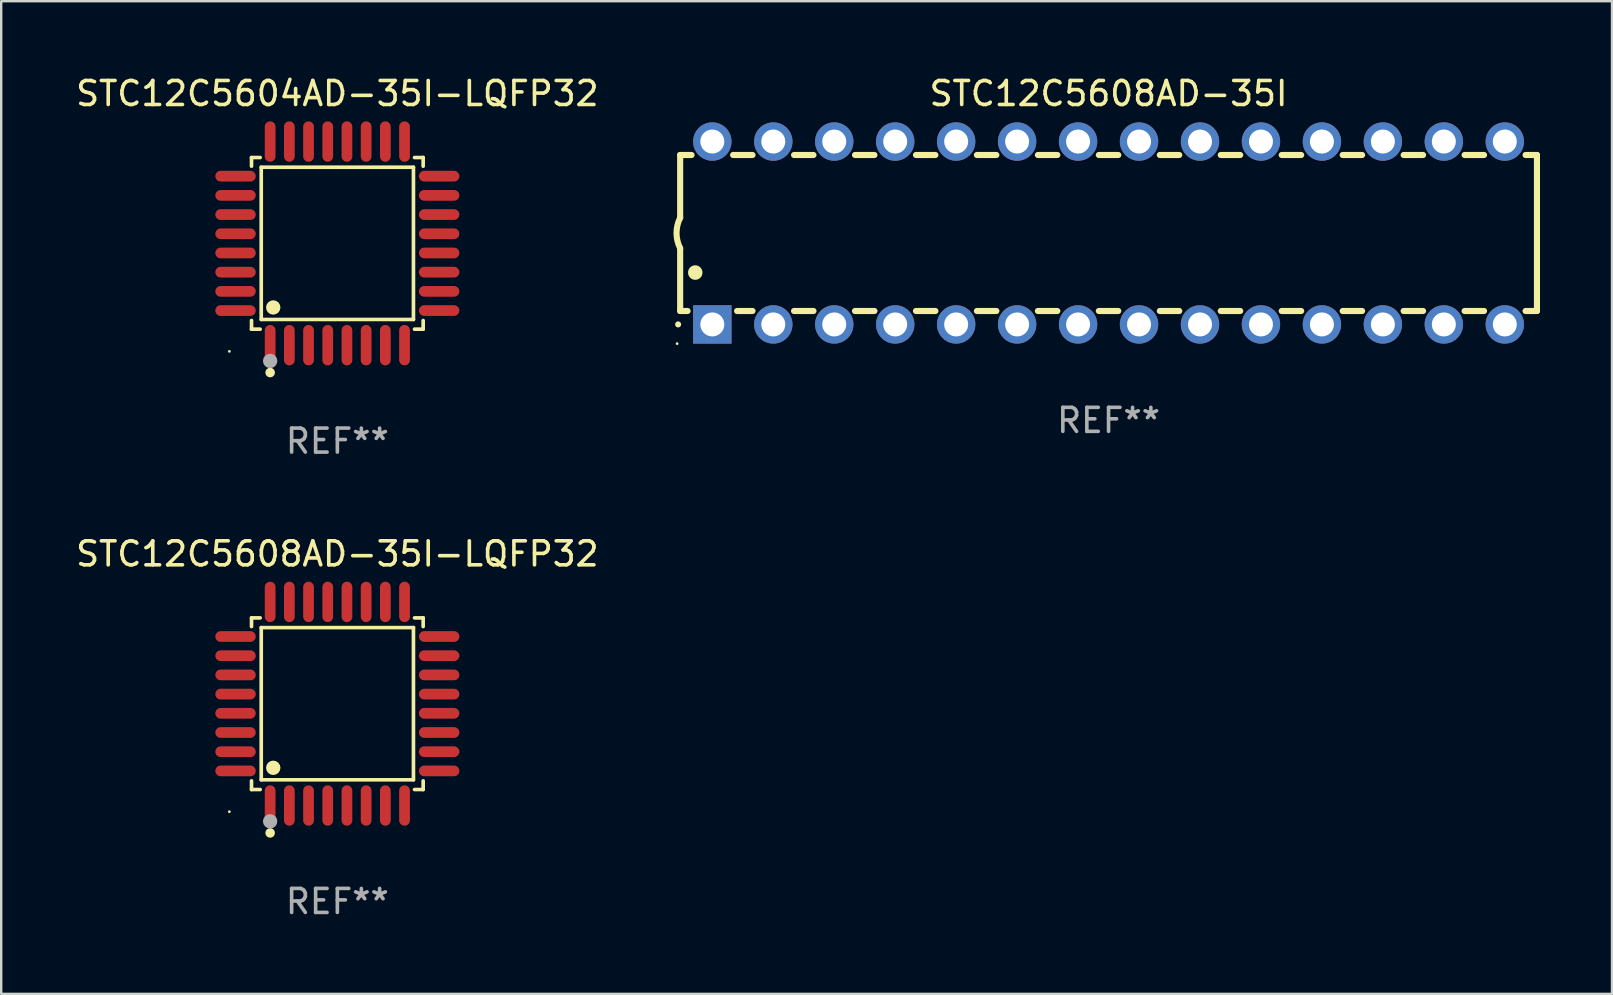
<source format=kicad_pcb>
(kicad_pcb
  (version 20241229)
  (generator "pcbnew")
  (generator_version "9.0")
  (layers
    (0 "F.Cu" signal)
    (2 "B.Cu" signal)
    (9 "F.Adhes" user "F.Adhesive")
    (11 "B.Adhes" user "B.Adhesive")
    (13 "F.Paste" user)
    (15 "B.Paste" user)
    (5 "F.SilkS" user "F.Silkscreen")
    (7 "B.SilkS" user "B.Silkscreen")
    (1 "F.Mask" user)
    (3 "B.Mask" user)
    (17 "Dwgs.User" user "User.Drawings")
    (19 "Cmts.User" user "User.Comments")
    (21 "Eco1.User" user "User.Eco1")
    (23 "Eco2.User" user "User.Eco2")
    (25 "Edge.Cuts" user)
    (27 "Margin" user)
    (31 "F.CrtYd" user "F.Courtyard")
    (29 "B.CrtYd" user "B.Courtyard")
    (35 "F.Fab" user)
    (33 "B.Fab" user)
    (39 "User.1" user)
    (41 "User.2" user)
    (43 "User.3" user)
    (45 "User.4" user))
  (footprint "STC12C5608AD-35I-LQFP32"
    (layer "F.Cu")
    (at 11.006 26.271)
    (property "Reference" "STC12C5608AD-35I-LQFP32" (at 0 -6.242 0) (layer "F.SilkS") (effects (font (size 1 1) (thickness 0.15))))
    (attr through_hole)
    (fp_line (start -3.576 -3.576) (end -3.215 -3.576) (stroke (width 0.152) (type solid)) (layer "F.SilkS"))
    (fp_line (start -3.576 -3.215) (end -3.576 -3.576) (stroke (width 0.152) (type solid)) (layer "F.SilkS"))
    (fp_line (start -3.576 3.215) (end -3.576 3.576) (stroke (width 0.152) (type solid)) (layer "F.SilkS"))
    (fp_line (start -3.576 3.576) (end -3.215 3.576) (stroke (width 0.152) (type solid)) (layer "F.SilkS"))
    (fp_line (start -3.171 -3.171) (end 3.171 -3.171) (stroke (width 0.152) (type solid)) (layer "F.SilkS"))
    (fp_line (start -3.171 3.171) (end -3.171 -3.171) (stroke (width 0.152) (type solid)) (layer "F.SilkS"))
    (fp_line (start 3.171 -3.171) (end 3.171 3.171) (stroke (width 0.152) (type solid)) (layer "F.SilkS"))
    (fp_line (start 3.171 3.171) (end -3.171 3.171) (stroke (width 0.152) (type solid)) (layer "F.SilkS"))
    (fp_line (start 3.576 -3.576) (end 3.215 -3.576) (stroke (width 0.152) (type solid)) (layer "F.SilkS"))
    (fp_line (start 3.576 -3.215) (end 3.576 -3.576) (stroke (width 0.152) (type solid)) (layer "F.SilkS"))
    (fp_line (start 3.576 3.215) (end 3.576 3.576) (stroke (width 0.152) (type solid)) (layer "F.SilkS"))
    (fp_line (start 3.576 3.576) (end 3.215 3.576) (stroke (width 0.152) (type solid)) (layer "F.SilkS"))
    (fp_circle (center -4.5 4.5) (end -4.47 4.5) (stroke (width 0.06) (type solid)) (fill no) (layer "F.SilkS"))
    (fp_circle (center -2.8 5.384) (end -2.7 5.384) (stroke (width 0.2) (type solid)) (fill no) (layer "F.SilkS"))
    (fp_circle (center -2.671 2.671) (end -2.521 2.671) (stroke (width 0.3) (type solid)) (fill no) (layer "F.SilkS"))
    (fp_circle (center -2.8 4.9) (end -2.65 4.9) (stroke (width 0.3) (type solid)) (fill no) (layer "F.Fab"))
    (fp_text user "REF**" (at 0 8.242 0) (layer "F.Fab") (effects (font (size 1 1) (thickness 0.15))))
    (pad "1" smd oval (at -2.8 4.242) (size 0.448 1.684) (layers "F.Cu" "F.Mask" "F.Paste"))
    (pad "2" smd oval (at -2 4.242) (size 0.448 1.684) (layers "F.Cu" "F.Mask" "F.Paste"))
    (pad "3" smd oval (at -1.2 4.242) (size 0.448 1.684) (layers "F.Cu" "F.Mask" "F.Paste"))
    (pad "4" smd oval (at -0.4 4.242) (size 0.448 1.684) (layers "F.Cu" "F.Mask" "F.Paste"))
    (pad "5" smd oval (at 0.4 4.242) (size 0.448 1.684) (layers "F.Cu" "F.Mask" "F.Paste"))
    (pad "6" smd oval (at 1.2 4.242) (size 0.448 1.684) (layers "F.Cu" "F.Mask" "F.Paste"))
    (pad "7" smd oval (at 2 4.242) (size 0.448 1.684) (layers "F.Cu" "F.Mask" "F.Paste"))
    (pad "8" smd oval (at 2.8 4.242) (size 0.448 1.684) (layers "F.Cu" "F.Mask" "F.Paste"))
    (pad "9" smd oval (at 4.242 2.8) (size 1.684 0.448) (layers "F.Cu" "F.Mask" "F.Paste"))
    (pad "10" smd oval (at 4.242 2) (size 1.684 0.448) (layers "F.Cu" "F.Mask" "F.Paste"))
    (pad "11" smd oval (at 4.242 1.2) (size 1.684 0.448) (layers "F.Cu" "F.Mask" "F.Paste"))
    (pad "12" smd oval (at 4.242 0.4) (size 1.684 0.448) (layers "F.Cu" "F.Mask" "F.Paste"))
    (pad "13" smd oval (at 4.242 -0.4) (size 1.684 0.448) (layers "F.Cu" "F.Mask" "F.Paste"))
    (pad "14" smd oval (at 4.242 -1.2) (size 1.684 0.448) (layers "F.Cu" "F.Mask" "F.Paste"))
    (pad "15" smd oval (at 4.242 -2) (size 1.684 0.448) (layers "F.Cu" "F.Mask" "F.Paste"))
    (pad "16" smd oval (at 4.242 -2.8) (size 1.684 0.448) (layers "F.Cu" "F.Mask" "F.Paste"))
    (pad "17" smd oval (at 2.8 -4.242) (size 0.448 1.684) (layers "F.Cu" "F.Mask" "F.Paste"))
    (pad "18" smd oval (at 2 -4.242) (size 0.448 1.684) (layers "F.Cu" "F.Mask" "F.Paste"))
    (pad "19" smd oval (at 1.2 -4.242) (size 0.448 1.684) (layers "F.Cu" "F.Mask" "F.Paste"))
    (pad "20" smd oval (at 0.4 -4.242) (size 0.448 1.684) (layers "F.Cu" "F.Mask" "F.Paste"))
    (pad "21" smd oval (at -0.4 -4.242) (size 0.448 1.684) (layers "F.Cu" "F.Mask" "F.Paste"))
    (pad "22" smd oval (at -1.2 -4.242) (size 0.448 1.684) (layers "F.Cu" "F.Mask" "F.Paste"))
    (pad "23" smd oval (at -2 -4.242) (size 0.448 1.684) (layers "F.Cu" "F.Mask" "F.Paste"))
    (pad "24" smd oval (at -2.8 -4.242) (size 0.448 1.684) (layers "F.Cu" "F.Mask" "F.Paste"))
    (pad "25" smd oval (at -4.242 -2.8) (size 1.684 0.448) (layers "F.Cu" "F.Mask" "F.Paste"))
    (pad "26" smd oval (at -4.242 -2) (size 1.684 0.448) (layers "F.Cu" "F.Mask" "F.Paste"))
    (pad "27" smd oval (at -4.242 -1.2) (size 1.684 0.448) (layers "F.Cu" "F.Mask" "F.Paste"))
    (pad "28" smd oval (at -4.242 -0.4) (size 1.684 0.448) (layers "F.Cu" "F.Mask" "F.Paste"))
    (pad "29" smd oval (at -4.242 0.4) (size 1.684 0.448) (layers "F.Cu" "F.Mask" "F.Paste"))
    (pad "30" smd oval (at -4.242 1.2) (size 1.684 0.448) (layers "F.Cu" "F.Mask" "F.Paste"))
    (pad "31" smd oval (at -4.242 2) (size 1.684 0.448) (layers "F.Cu" "F.Mask" "F.Paste"))
    (pad "32" smd oval (at -4.242 2.8) (size 1.684 0.448) (layers "F.Cu" "F.Mask" "F.Paste")))
  (footprint "STC12C5604AD-35I-LQFP32"
    (layer "F.Cu")
    (at 11.006 7.09)
    (property "Reference" "STC12C5604AD-35I-LQFP32" (at 0 -6.242 0) (layer "F.SilkS") (effects (font (size 1 1) (thickness 0.15))))
    (attr through_hole)
    (fp_line (start -3.576 -3.576) (end -3.215 -3.576) (stroke (width 0.152) (type solid)) (layer "F.SilkS"))
    (fp_line (start -3.576 -3.215) (end -3.576 -3.576) (stroke (width 0.152) (type solid)) (layer "F.SilkS"))
    (fp_line (start -3.576 3.215) (end -3.576 3.576) (stroke (width 0.152) (type solid)) (layer "F.SilkS"))
    (fp_line (start -3.576 3.576) (end -3.215 3.576) (stroke (width 0.152) (type solid)) (layer "F.SilkS"))
    (fp_line (start -3.171 -3.171) (end 3.171 -3.171) (stroke (width 0.152) (type solid)) (layer "F.SilkS"))
    (fp_line (start -3.171 3.171) (end -3.171 -3.171) (stroke (width 0.152) (type solid)) (layer "F.SilkS"))
    (fp_line (start 3.171 -3.171) (end 3.171 3.171) (stroke (width 0.152) (type solid)) (layer "F.SilkS"))
    (fp_line (start 3.171 3.171) (end -3.171 3.171) (stroke (width 0.152) (type solid)) (layer "F.SilkS"))
    (fp_line (start 3.576 -3.576) (end 3.215 -3.576) (stroke (width 0.152) (type solid)) (layer "F.SilkS"))
    (fp_line (start 3.576 -3.215) (end 3.576 -3.576) (stroke (width 0.152) (type solid)) (layer "F.SilkS"))
    (fp_line (start 3.576 3.215) (end 3.576 3.576) (stroke (width 0.152) (type solid)) (layer "F.SilkS"))
    (fp_line (start 3.576 3.576) (end 3.215 3.576) (stroke (width 0.152) (type solid)) (layer "F.SilkS"))
    (fp_circle (center -4.5 4.5) (end -4.47 4.5) (stroke (width 0.06) (type solid)) (fill no) (layer "F.SilkS"))
    (fp_circle (center -2.8 5.384) (end -2.7 5.384) (stroke (width 0.2) (type solid)) (fill no) (layer "F.SilkS"))
    (fp_circle (center -2.671 2.671) (end -2.521 2.671) (stroke (width 0.3) (type solid)) (fill no) (layer "F.SilkS"))
    (fp_circle (center -2.8 4.9) (end -2.65 4.9) (stroke (width 0.3) (type solid)) (fill no) (layer "F.Fab"))
    (fp_text user "REF**" (at 0 8.242 0) (layer "F.Fab") (effects (font (size 1 1) (thickness 0.15))))
    (pad "1" smd oval (at -2.8 4.242) (size 0.448 1.684) (layers "F.Cu" "F.Mask" "F.Paste"))
    (pad "2" smd oval (at -2 4.242) (size 0.448 1.684) (layers "F.Cu" "F.Mask" "F.Paste"))
    (pad "3" smd oval (at -1.2 4.242) (size 0.448 1.684) (layers "F.Cu" "F.Mask" "F.Paste"))
    (pad "4" smd oval (at -0.4 4.242) (size 0.448 1.684) (layers "F.Cu" "F.Mask" "F.Paste"))
    (pad "5" smd oval (at 0.4 4.242) (size 0.448 1.684) (layers "F.Cu" "F.Mask" "F.Paste"))
    (pad "6" smd oval (at 1.2 4.242) (size 0.448 1.684) (layers "F.Cu" "F.Mask" "F.Paste"))
    (pad "7" smd oval (at 2 4.242) (size 0.448 1.684) (layers "F.Cu" "F.Mask" "F.Paste"))
    (pad "8" smd oval (at 2.8 4.242) (size 0.448 1.684) (layers "F.Cu" "F.Mask" "F.Paste"))
    (pad "9" smd oval (at 4.242 2.8) (size 1.684 0.448) (layers "F.Cu" "F.Mask" "F.Paste"))
    (pad "10" smd oval (at 4.242 2) (size 1.684 0.448) (layers "F.Cu" "F.Mask" "F.Paste"))
    (pad "11" smd oval (at 4.242 1.2) (size 1.684 0.448) (layers "F.Cu" "F.Mask" "F.Paste"))
    (pad "12" smd oval (at 4.242 0.4) (size 1.684 0.448) (layers "F.Cu" "F.Mask" "F.Paste"))
    (pad "13" smd oval (at 4.242 -0.4) (size 1.684 0.448) (layers "F.Cu" "F.Mask" "F.Paste"))
    (pad "14" smd oval (at 4.242 -1.2) (size 1.684 0.448) (layers "F.Cu" "F.Mask" "F.Paste"))
    (pad "15" smd oval (at 4.242 -2) (size 1.684 0.448) (layers "F.Cu" "F.Mask" "F.Paste"))
    (pad "16" smd oval (at 4.242 -2.8) (size 1.684 0.448) (layers "F.Cu" "F.Mask" "F.Paste"))
    (pad "17" smd oval (at 2.8 -4.242) (size 0.448 1.684) (layers "F.Cu" "F.Mask" "F.Paste"))
    (pad "18" smd oval (at 2 -4.242) (size 0.448 1.684) (layers "F.Cu" "F.Mask" "F.Paste"))
    (pad "19" smd oval (at 1.2 -4.242) (size 0.448 1.684) (layers "F.Cu" "F.Mask" "F.Paste"))
    (pad "20" smd oval (at 0.4 -4.242) (size 0.448 1.684) (layers "F.Cu" "F.Mask" "F.Paste"))
    (pad "21" smd oval (at -0.4 -4.242) (size 0.448 1.684) (layers "F.Cu" "F.Mask" "F.Paste"))
    (pad "22" smd oval (at -1.2 -4.242) (size 0.448 1.684) (layers "F.Cu" "F.Mask" "F.Paste"))
    (pad "23" smd oval (at -2 -4.242) (size 0.448 1.684) (layers "F.Cu" "F.Mask" "F.Paste"))
    (pad "24" smd oval (at -2.8 -4.242) (size 0.448 1.684) (layers "F.Cu" "F.Mask" "F.Paste"))
    (pad "25" smd oval (at -4.242 -2.8) (size 1.684 0.448) (layers "F.Cu" "F.Mask" "F.Paste"))
    (pad "26" smd oval (at -4.242 -2) (size 1.684 0.448) (layers "F.Cu" "F.Mask" "F.Paste"))
    (pad "27" smd oval (at -4.242 -1.2) (size 1.684 0.448) (layers "F.Cu" "F.Mask" "F.Paste"))
    (pad "28" smd oval (at -4.242 -0.4) (size 1.684 0.448) (layers "F.Cu" "F.Mask" "F.Paste"))
    (pad "29" smd oval (at -4.242 0.4) (size 1.684 0.448) (layers "F.Cu" "F.Mask" "F.Paste"))
    (pad "30" smd oval (at -4.242 1.2) (size 1.684 0.448) (layers "F.Cu" "F.Mask" "F.Paste"))
    (pad "31" smd oval (at -4.242 2) (size 1.684 0.448) (layers "F.Cu" "F.Mask" "F.Paste"))
    (pad "32" smd oval (at -4.242 2.8) (size 1.684 0.448) (layers "F.Cu" "F.Mask" "F.Paste")))
  (footprint "STC12C5608AD-35I"
    (layer "F.Cu")
    (at 43.14 6.658)
    (property "Reference" "STC12C5608AD-35I" (at 0 -5.81 0) (layer "F.SilkS") (effects (font (size 1 1) (thickness 0.15))))
    (attr through_hole)
    (fp_line (start -17.85 -3.25) (end -17.85 -0.635) (stroke (width 0.254) (type solid)) (layer "F.SilkS"))
    (fp_line (start -17.85 3.25) (end -17.85 0.635) (stroke (width 0.254) (type solid)) (layer "F.SilkS"))
    (fp_line (start -17.85 3.25) (end -17.541 3.25) (stroke (width 0.254) (type solid)) (layer "F.SilkS"))
    (fp_line (start -17.375 -3.25) (end -17.85 -3.25) (stroke (width 0.254) (type solid)) (layer "F.SilkS"))
    (fp_line (start -15.479 3.25) (end -14.835 3.25) (stroke (width 0.254) (type solid)) (layer "F.SilkS"))
    (fp_line (start -14.835 -3.25) (end -15.645 -3.25) (stroke (width 0.254) (type solid)) (layer "F.SilkS"))
    (fp_line (start -13.105 3.25) (end -12.295 3.25) (stroke (width 0.254) (type solid)) (layer "F.SilkS"))
    (fp_line (start -12.295 -3.25) (end -13.105 -3.25) (stroke (width 0.254) (type solid)) (layer "F.SilkS"))
    (fp_line (start -10.565 3.25) (end -9.755 3.25) (stroke (width 0.254) (type solid)) (layer "F.SilkS"))
    (fp_line (start -9.755 -3.25) (end -10.565 -3.25) (stroke (width 0.254) (type solid)) (layer "F.SilkS"))
    (fp_line (start -8.025 3.25) (end -7.215 3.25) (stroke (width 0.254) (type solid)) (layer "F.SilkS"))
    (fp_line (start -7.215 -3.25) (end -8.025 -3.25) (stroke (width 0.254) (type solid)) (layer "F.SilkS"))
    (fp_line (start -5.485 3.25) (end -4.675 3.25) (stroke (width 0.254) (type solid)) (layer "F.SilkS"))
    (fp_line (start -4.675 -3.25) (end -5.485 -3.25) (stroke (width 0.254) (type solid)) (layer "F.SilkS"))
    (fp_line (start -2.945 3.25) (end -2.135 3.25) (stroke (width 0.254) (type solid)) (layer "F.SilkS"))
    (fp_line (start -2.135 -3.25) (end -2.945 -3.25) (stroke (width 0.254) (type solid)) (layer "F.SilkS"))
    (fp_line (start -0.405 3.25) (end 0.405 3.25) (stroke (width 0.254) (type solid)) (layer "F.SilkS"))
    (fp_line (start 0.405 -3.25) (end -0.405 -3.25) (stroke (width 0.254) (type solid)) (layer "F.SilkS"))
    (fp_line (start 2.135 3.25) (end 2.945 3.25) (stroke (width 0.254) (type solid)) (layer "F.SilkS"))
    (fp_line (start 2.945 -3.25) (end 2.135 -3.25) (stroke (width 0.254) (type solid)) (layer "F.SilkS"))
    (fp_line (start 4.675 3.25) (end 5.15 3.25) (stroke (width 0.254) (type solid)) (layer "F.SilkS"))
    (fp_line (start 5.15 -3.25) (end 4.675 -3.25) (stroke (width 0.254) (type solid)) (layer "F.SilkS"))
    (fp_line (start 5.15 -3.25) (end 5.485 -3.25) (stroke (width 0.254) (type solid)) (layer "F.SilkS"))
    (fp_line (start 5.15 3.25) (end 5.485 3.25) (stroke (width 0.254) (type solid)) (layer "F.SilkS"))
    (fp_line (start 7.215 -3.25) (end 8.025 -3.25) (stroke (width 0.254) (type solid)) (layer "F.SilkS"))
    (fp_line (start 7.215 3.25) (end 8.025 3.25) (stroke (width 0.254) (type solid)) (layer "F.SilkS"))
    (fp_line (start 9.755 -3.25) (end 10.565 -3.25) (stroke (width 0.254) (type solid)) (layer "F.SilkS"))
    (fp_line (start 9.755 3.25) (end 10.565 3.25) (stroke (width 0.254) (type solid)) (layer "F.SilkS"))
    (fp_line (start 12.295 -3.25) (end 13.105 -3.25) (stroke (width 0.254) (type solid)) (layer "F.SilkS"))
    (fp_line (start 12.295 3.25) (end 13.105 3.25) (stroke (width 0.254) (type solid)) (layer "F.SilkS"))
    (fp_line (start 14.835 -3.25) (end 15.645 -3.25) (stroke (width 0.254) (type solid)) (layer "F.SilkS"))
    (fp_line (start 14.835 3.25) (end 15.645 3.25) (stroke (width 0.254) (type solid)) (layer "F.SilkS"))
    (fp_line (start 17.375 -3.25) (end 17.85 -3.25) (stroke (width 0.254) (type solid)) (layer "F.SilkS"))
    (fp_line (start 17.375 3.25) (end 17.85 3.25) (stroke (width 0.254) (type solid)) (layer "F.SilkS"))
    (fp_line (start 17.85 -3.25) (end 17.85 3.25) (stroke (width 0.254) (type solid)) (layer "F.SilkS"))
    (fp_arc (start -17.934976 3.810008) (mid -17.934983 3.808738) (end -17.934976 3.807468) (stroke (width 0.25) (type solid)) (layer "F.SilkS"))
    (fp_arc (start -17.851155 0.635002) (mid -18.000677 -0.000132) (end -17.850038 -0.635001) (stroke (width 0.254001) (type solid)) (layer "F.SilkS"))
    (fp_arc (start -17.221234 1.651003) (mid -17.221245 1.648463) (end -17.221234 1.645923) (stroke (width 0.6) (type solid)) (layer "F.SilkS"))
    (fp_circle (center -17.977 4.61) (end -17.947 4.61) (stroke (width 0.06) (type solid)) (fill no) (layer "F.SilkS"))
    (fp_text user "REF**" (at 0 7.81 0) (layer "F.Fab") (effects (font (size 1 1) (thickness 0.15))))
    (pad "1" thru_hole rect (at -16.51 3.81 90) (size 1.6 1.6) (drill 1) (layers "*.Cu" "*.Mask"))
    (pad "2" thru_hole circle (at -13.97 3.81 90) (size 1.6 1.6) (drill 1) (layers "*.Cu" "*.Mask"))
    (pad "3" thru_hole circle (at -11.43 3.81 90) (size 1.6 1.6) (drill 1) (layers "*.Cu" "*.Mask"))
    (pad "4" thru_hole circle (at -8.89 3.81 90) (size 1.6 1.6) (drill 1) (layers "*.Cu" "*.Mask"))
    (pad "5" thru_hole circle (at -6.35 3.81 90) (size 1.6 1.6) (drill 1) (layers "*.Cu" "*.Mask"))
    (pad "6" thru_hole circle (at -3.81 3.81 90) (size 1.6 1.6) (drill 1) (layers "*.Cu" "*.Mask"))
    (pad "7" thru_hole circle (at -1.27 3.81 90) (size 1.6 1.6) (drill 1) (layers "*.Cu" "*.Mask"))
    (pad "8" thru_hole circle (at 1.27 3.81 90) (size 1.6 1.6) (drill 1) (layers "*.Cu" "*.Mask"))
    (pad "9" thru_hole circle (at 3.81 3.81 90) (size 1.6 1.6) (drill 1) (layers "*.Cu" "*.Mask"))
    (pad "10" thru_hole circle (at 6.35 3.81 90) (size 1.6 1.6) (drill 1) (layers "*.Cu" "*.Mask"))
    (pad "11" thru_hole circle (at 8.89 3.81 90) (size 1.6 1.6) (drill 1) (layers "*.Cu" "*.Mask"))
    (pad "12" thru_hole circle (at 11.43 3.81 90) (size 1.6 1.6) (drill 1) (layers "*.Cu" "*.Mask"))
    (pad "13" thru_hole circle (at 13.97 3.81 90) (size 1.6 1.6) (drill 1) (layers "*.Cu" "*.Mask"))
    (pad "14" thru_hole circle (at 16.51 3.81 90) (size 1.6 1.6) (drill 1) (layers "*.Cu" "*.Mask"))
    (pad "15" thru_hole circle (at 16.51 -3.81 90) (size 1.6 1.6) (drill 1) (layers "*.Cu" "*.Mask"))
    (pad "16" thru_hole circle (at 13.97 -3.81 90) (size 1.6 1.6) (drill 1) (layers "*.Cu" "*.Mask"))
    (pad "17" thru_hole circle (at 11.43 -3.81 90) (size 1.6 1.6) (drill 1) (layers "*.Cu" "*.Mask"))
    (pad "18" thru_hole circle (at 8.89 -3.81 90) (size 1.6 1.6) (drill 1) (layers "*.Cu" "*.Mask"))
    (pad "19" thru_hole circle (at 6.35 -3.81 90) (size 1.6 1.6) (drill 1) (layers "*.Cu" "*.Mask"))
    (pad "20" thru_hole circle (at 3.81 -3.81 90) (size 1.6 1.6) (drill 1) (layers "*.Cu" "*.Mask"))
    (pad "21" thru_hole circle (at 1.27 -3.81 90) (size 1.6 1.6) (drill 1) (layers "*.Cu" "*.Mask"))
    (pad "22" thru_hole circle (at -1.27 -3.81 90) (size 1.6 1.6) (drill 1) (layers "*.Cu" "*.Mask"))
    (pad "23" thru_hole circle (at -3.81 -3.81 90) (size 1.6 1.6) (drill 1) (layers "*.Cu" "*.Mask"))
    (pad "24" thru_hole circle (at -6.35 -3.81 90) (size 1.6 1.6) (drill 1) (layers "*.Cu" "*.Mask"))
    (pad "25" thru_hole circle (at -8.89 -3.81 90) (size 1.6 1.6) (drill 1) (layers "*.Cu" "*.Mask"))
    (pad "26" thru_hole circle (at -11.43 -3.81 90) (size 1.6 1.6) (drill 1) (layers "*.Cu" "*.Mask"))
    (pad "27" thru_hole circle (at -13.97 -3.81 90) (size 1.6 1.6) (drill 1) (layers "*.Cu" "*.Mask"))
    (pad "28" thru_hole circle (at -16.51 -3.81 90) (size 1.6 1.6) (drill 1) (layers "*.Cu" "*.Mask")))
  (gr_rect
    (start -3 -3)
    (end 64.117 38.361)
    (stroke (width 0.1) (type default))
    (fill no)
    (layer "Edge.Cuts")))
</source>
